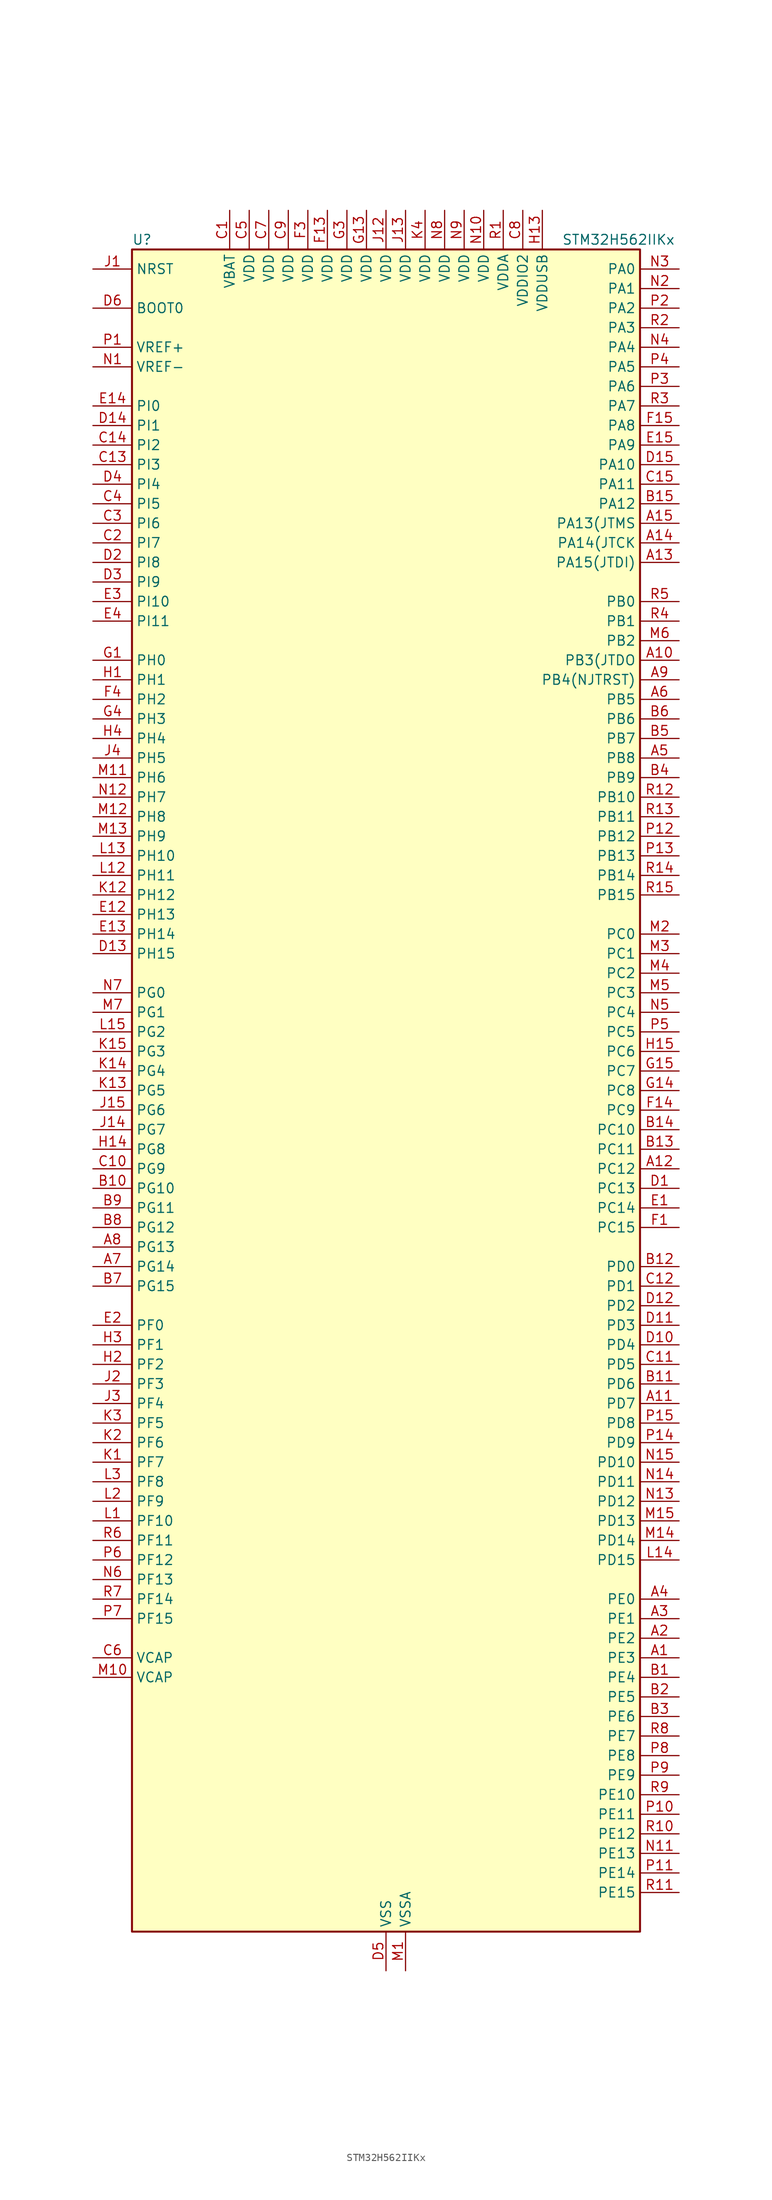
<source format=kicad_sym>
(kicad_symbol_lib
  (version 20231120)
  (generator "kicad_symbol_editor")
  (generator_version "8.0")
  (symbol "STM32H562IIKx"
    (property "Reference" "U"
      (at -33.02 110.49 0)
      (effects (font (size 1.27 1.27)) (justify left)))
    (property "Value" "STM32H562IIKx"
      (at 22.86 110.49 0)
      (effects (font (size 1.27 1.27)) (justify left)))
    (property "ki_locked" ""
      (at 0 0 0)
      (effects (font (size 1.27 1.27))))
    (symbol "STM32H562IIKx_0_1"
      (rectangle (start -33.02 -109.22) (end 33.02 109.22) (stroke (width 0.254) (type default)) (fill (type background))))
    (symbol "STM32H562IIKx_1_1"
      (pin bidirectional line (at 38.1 -73.66 180) (length 5.08) (name "PE3" (effects (font (size 1.27 1.27)))) (number "A1" (effects (font (size 1.27 1.27)))) (alternate "DEBUG_TRACED0" bidirectional line) (alternate "FMC_A19" bidirectional line) (alternate "SAI1_SD_B" bidirectional line) (alternate "TAMP_IN6" bidirectional line) (alternate "TAMP_OUT3" bidirectional line) (alternate "TIM15_BKIN" bidirectional line) (alternate "USART10_TX" bidirectional line))
      (pin bidirectional line (at 38.1 55.88 180) (length 5.08) (name "PB3(JTDO" (effects (font (size 1.27 1.27)))) (number "A10" (effects (font (size 1.27 1.27)))) (alternate "CRS_SYNC" bidirectional line) (alternate "DEBUG_JTDO-SWO" bidirectional line) (alternate "I2C2_SDA" bidirectional line) (alternate "I2S1_CK" bidirectional line) (alternate "I2S3_CK" bidirectional line) (alternate "LPTIM6_ETR" bidirectional line) (alternate "SPI1_SCK" bidirectional line) (alternate "SPI3_SCK" bidirectional line) (alternate "SPI6_SCK" bidirectional line) (alternate "TIM2_CH2" bidirectional line) (alternate "UART12_CTS" bidirectional line) (alternate "UART7_RX" bidirectional line))
      (pin bidirectional line (at 38.1 -40.64 180) (length 5.08) (name "PD7" (effects (font (size 1.27 1.27)))) (number "A11" (effects (font (size 1.27 1.27)))) (alternate "FMC_NCE" bidirectional line) (alternate "FMC_NE1" bidirectional line) (alternate "I2S1_SDO" bidirectional line) (alternate "LPTIM4_OUT" bidirectional line) (alternate "OCTOSPI1_IO7" bidirectional line) (alternate "SPI1_MOSI" bidirectional line) (alternate "USART2_CK" bidirectional line))
      (pin bidirectional line (at 38.1 -10.16 180) (length 5.08) (name "PC12" (effects (font (size 1.27 1.27)))) (number "A12" (effects (font (size 1.27 1.27)))) (alternate "DCMI_D9" bidirectional line) (alternate "DEBUG_TRACED3" bidirectional line) (alternate "I2S3_SDO" bidirectional line) (alternate "PSSI_D9" bidirectional line) (alternate "SDMMC1_CK" bidirectional line) (alternate "SPI3_MOSI" bidirectional line) (alternate "SPI6_SCK" bidirectional line) (alternate "TIM15_CH1" bidirectional line) (alternate "UART5_TX" bidirectional line) (alternate "USART3_CK" bidirectional line))
      (pin bidirectional line (at 38.1 68.58 180) (length 5.08) (name "PA15(JTDI)" (effects (font (size 1.27 1.27)))) (number "A13" (effects (font (size 1.27 1.27)))) (alternate "ADC1_EXTI15" bidirectional line) (alternate "ADC2_EXTI15" bidirectional line) (alternate "CEC" bidirectional line) (alternate "DCMI_D11" bidirectional line) (alternate "DEBUG_JTDI" bidirectional line) (alternate "FMC_NBL1" bidirectional line) (alternate "I2S1_WS" bidirectional line) (alternate "I2S3_WS" bidirectional line) (alternate "LPTIM3_IN2" bidirectional line) (alternate "PSSI_D11" bidirectional line) (alternate "SPI1_NSS" bidirectional line) (alternate "SPI3_NSS" bidirectional line) (alternate "SPI6_NSS" bidirectional line) (alternate "TIM2_CH1" bidirectional line) (alternate "TIM2_ETR" bidirectional line) (alternate "UART4_DE" bidirectional line) (alternate "UART4_RTS" bidirectional line) (alternate "UART7_TX" bidirectional line))
      (pin bidirectional line (at 38.1 71.12 180) (length 5.08) (name "PA14(JTCK" (effects (font (size 1.27 1.27)))) (number "A14" (effects (font (size 1.27 1.27)))) (alternate "DEBUG_JTCK-SWCLK" bidirectional line))
      (pin bidirectional line (at 38.1 73.66 180) (length 5.08) (name "PA13(JTMS" (effects (font (size 1.27 1.27)))) (number "A15" (effects (font (size 1.27 1.27)))) (alternate "DEBUG_JTMS-SWDIO" bidirectional line))
      (pin bidirectional line (at 38.1 -71.12 180) (length 5.08) (name "PE2" (effects (font (size 1.27 1.27)))) (number "A2" (effects (font (size 1.27 1.27)))) (alternate "DCMI_D3" bidirectional line) (alternate "DEBUG_TRACECLK" bidirectional line) (alternate "FMC_A23" bidirectional line) (alternate "LPTIM1_IN2" bidirectional line) (alternate "OCTOSPI1_IO2" bidirectional line) (alternate "PSSI_D3" bidirectional line) (alternate "SAI1_CK1" bidirectional line) (alternate "SAI1_MCLK_A" bidirectional line) (alternate "SPI4_SCK" bidirectional line) (alternate "UART8_TX" bidirectional line) (alternate "USART10_RX" bidirectional line))
      (pin bidirectional line (at 38.1 -68.58 180) (length 5.08) (name "PE1" (effects (font (size 1.27 1.27)))) (number "A3" (effects (font (size 1.27 1.27)))) (alternate "DCMI_D3" bidirectional line) (alternate "FDCAN1_TX" bidirectional line) (alternate "FMC_NBL1" bidirectional line) (alternate "LPTIM1_IN2" bidirectional line) (alternate "PSSI_D3" bidirectional line) (alternate "UART8_TX" bidirectional line))
      (pin bidirectional line (at 38.1 -66.04 180) (length 5.08) (name "PE0" (effects (font (size 1.27 1.27)))) (number "A4" (effects (font (size 1.27 1.27)))) (alternate "DCMI_D2" bidirectional line) (alternate "FDCAN1_RX" bidirectional line) (alternate "FMC_NBL0" bidirectional line) (alternate "LPTIM1_ETR" bidirectional line) (alternate "LPTIM2_CH2" bidirectional line) (alternate "LPTIM2_ETR" bidirectional line) (alternate "PSSI_D2" bidirectional line) (alternate "SAI2_MCLK_A" bidirectional line) (alternate "SPI3_RDY" bidirectional line) (alternate "TIM4_ETR" bidirectional line) (alternate "UART8_RX" bidirectional line))
      (pin bidirectional line (at 38.1 43.18 180) (length 5.08) (name "PB8" (effects (font (size 1.27 1.27)))) (number "A5" (effects (font (size 1.27 1.27)))) (alternate "DCMI_D6" bidirectional line) (alternate "FDCAN1_RX" bidirectional line) (alternate "I2C1_SCL" bidirectional line) (alternate "I2C4_SCL" bidirectional line) (alternate "I3C1_SCL" bidirectional line) (alternate "PSSI_D6" bidirectional line) (alternate "SDMMC1_CKIN" bidirectional line) (alternate "SDMMC1_D4" bidirectional line) (alternate "SPI4_RDY" bidirectional line) (alternate "TIM16_CH1" bidirectional line) (alternate "TIM4_CH3" bidirectional line) (alternate "UART4_RX" bidirectional line))
      (pin bidirectional line (at 38.1 50.8 180) (length 5.08) (name "PB5" (effects (font (size 1.27 1.27)))) (number "A6" (effects (font (size 1.27 1.27)))) (alternate "DCMI_D10" bidirectional line) (alternate "FMC_SDCKE1" bidirectional line) (alternate "I2C1_SMBA" bidirectional line) (alternate "I2C4_SMBA" bidirectional line) (alternate "I2S1_SDO" bidirectional line) (alternate "I2S3_SDO" bidirectional line) (alternate "OCTOSPI1_NCLK" bidirectional line) (alternate "PSSI_D10" bidirectional line) (alternate "SPI1_MOSI" bidirectional line) (alternate "SPI3_MOSI" bidirectional line) (alternate "SPI6_MOSI" bidirectional line) (alternate "TIM17_BKIN" bidirectional line) (alternate "TIM3_CH2" bidirectional line) (alternate "UART5_RX" bidirectional line))
      (pin bidirectional line (at -38.1 -22.86 0) (length 5.08) (name "PG14" (effects (font (size 1.27 1.27)))) (number "A7" (effects (font (size 1.27 1.27)))) (alternate "DEBUG_TRACED1" bidirectional line) (alternate "FMC_A25" bidirectional line) (alternate "LPTIM1_CH2" bidirectional line) (alternate "LPTIM1_ETR" bidirectional line) (alternate "LPTIM5_IN1" bidirectional line) (alternate "OCTOSPI1_IO7" bidirectional line) (alternate "SPI6_MOSI" bidirectional line) (alternate "USART10_RTS" bidirectional line) (alternate "USART6_TX" bidirectional line))
      (pin bidirectional line (at -38.1 -20.32 0) (length 5.08) (name "PG13" (effects (font (size 1.27 1.27)))) (number "A8" (effects (font (size 1.27 1.27)))) (alternate "DEBUG_TRACED0" bidirectional line) (alternate "FMC_A24" bidirectional line) (alternate "LPTIM1_CH1" bidirectional line) (alternate "LPTIM5_CH2" bidirectional line) (alternate "SPI6_SCK" bidirectional line) (alternate "USART10_CTS" bidirectional line) (alternate "USART10_NSS" bidirectional line) (alternate "USART6_CTS" bidirectional line) (alternate "USART6_NSS" bidirectional line))
      (pin bidirectional line (at 38.1 53.34 180) (length 5.08) (name "PB4(NJTRST)" (effects (font (size 1.27 1.27)))) (number "A9" (effects (font (size 1.27 1.27)))) (alternate "DCMI_D7" bidirectional line) (alternate "DEBUG_JTRST" bidirectional line) (alternate "I2S1_SDI" bidirectional line) (alternate "I2S2_WS" bidirectional line) (alternate "I2S3_SDI" bidirectional line) (alternate "LPTIM1_CH2" bidirectional line) (alternate "OCTOSPI1_CLK" bidirectional line) (alternate "PSSI_D7" bidirectional line) (alternate "SPI1_MISO" bidirectional line) (alternate "SPI2_NSS" bidirectional line) (alternate "SPI3_MISO" bidirectional line) (alternate "SPI6_MISO" bidirectional line) (alternate "TIM16_BKIN" bidirectional line) (alternate "TIM3_CH1" bidirectional line) (alternate "UART7_TX" bidirectional line))
      (pin bidirectional line (at 38.1 -76.2 180) (length 5.08) (name "PE4" (effects (font (size 1.27 1.27)))) (number "B1" (effects (font (size 1.27 1.27)))) (alternate "DCMI_D4" bidirectional line) (alternate "DEBUG_TRACED1" bidirectional line) (alternate "FMC_A20" bidirectional line) (alternate "PSSI_D4" bidirectional line) (alternate "SAI1_D2" bidirectional line) (alternate "SAI1_FS_A" bidirectional line) (alternate "SPI4_NSS" bidirectional line) (alternate "TAMP_IN7" bidirectional line) (alternate "TAMP_OUT8" bidirectional line) (alternate "TIM15_CH1N" bidirectional line))
      (pin bidirectional line (at -38.1 -12.7 0) (length 5.08) (name "PG10" (effects (font (size 1.27 1.27)))) (number "B10" (effects (font (size 1.27 1.27)))) (alternate "DCMI_D2" bidirectional line) (alternate "FMC_NE3" bidirectional line) (alternate "I2S1_WS" bidirectional line) (alternate "PSSI_D2" bidirectional line) (alternate "SAI2_SD_B" bidirectional line) (alternate "SPI1_NSS" bidirectional line))
      (pin bidirectional line (at 38.1 -38.1 180) (length 5.08) (name "PD6" (effects (font (size 1.27 1.27)))) (number "B11" (effects (font (size 1.27 1.27)))) (alternate "DCMI_D10" bidirectional line) (alternate "FMC_NWAIT" bidirectional line) (alternate "I2S3_SDO" bidirectional line) (alternate "OCTOSPI1_IO6" bidirectional line) (alternate "PSSI_D10" bidirectional line) (alternate "SAI1_D1" bidirectional line) (alternate "SAI1_SD_A" bidirectional line) (alternate "SPI3_MOSI" bidirectional line) (alternate "USART2_RX" bidirectional line))
      (pin bidirectional line (at 38.1 -22.86 180) (length 5.08) (name "PD0" (effects (font (size 1.27 1.27)))) (number "B12" (effects (font (size 1.27 1.27)))) (alternate "FDCAN1_RX" bidirectional line) (alternate "FMC_D2" bidirectional line) (alternate "FMC_DA2" bidirectional line) (alternate "TIM8_CH4N" bidirectional line) (alternate "UART4_RX" bidirectional line) (alternate "UART9_CTS" bidirectional line))
      (pin bidirectional line (at 38.1 -7.62 180) (length 5.08) (name "PC11" (effects (font (size 1.27 1.27)))) (number "B13" (effects (font (size 1.27 1.27)))) (alternate "ADC1_EXTI11" bidirectional line) (alternate "ADC2_EXTI11" bidirectional line) (alternate "DCMI_D4" bidirectional line) (alternate "I2S3_SDI" bidirectional line) (alternate "LPTIM3_IN1" bidirectional line) (alternate "OCTOSPI1_NCS" bidirectional line) (alternate "PSSI_D4" bidirectional line) (alternate "SDMMC1_D3" bidirectional line) (alternate "SPI3_MISO" bidirectional line) (alternate "UART4_RX" bidirectional line) (alternate "USART3_RX" bidirectional line))
      (pin bidirectional line (at 38.1 -5.08 180) (length 5.08) (name "PC10" (effects (font (size 1.27 1.27)))) (number "B14" (effects (font (size 1.27 1.27)))) (alternate "DCMI_D8" bidirectional line) (alternate "I2S3_CK" bidirectional line) (alternate "LPTIM3_ETR" bidirectional line) (alternate "OCTOSPI1_IO1" bidirectional line) (alternate "PSSI_D8" bidirectional line) (alternate "SDMMC1_D2" bidirectional line) (alternate "SPI3_SCK" bidirectional line) (alternate "UART4_TX" bidirectional line) (alternate "USART3_TX" bidirectional line))
      (pin bidirectional line (at 38.1 76.2 180) (length 5.08) (name "PA12" (effects (font (size 1.27 1.27)))) (number "B15" (effects (font (size 1.27 1.27)))) (alternate "FDCAN1_TX" bidirectional line) (alternate "I2S2_CK" bidirectional line) (alternate "LPUART1_RTS" bidirectional line) (alternate "SAI2_FS_B" bidirectional line) (alternate "SPI2_SCK" bidirectional line) (alternate "TIM1_ETR" bidirectional line) (alternate "UART4_TX" bidirectional line) (alternate "USART1_RTS" bidirectional line) (alternate "USB_DP" bidirectional line))
      (pin bidirectional line (at 38.1 -78.74 180) (length 5.08) (name "PE5" (effects (font (size 1.27 1.27)))) (number "B2" (effects (font (size 1.27 1.27)))) (alternate "DCMI_D6" bidirectional line) (alternate "DEBUG_TRACED2" bidirectional line) (alternate "FMC_A21" bidirectional line) (alternate "PSSI_D6" bidirectional line) (alternate "SAI1_CK2" bidirectional line) (alternate "SAI1_SCK_A" bidirectional line) (alternate "SPI4_MISO" bidirectional line) (alternate "TAMP_IN8" bidirectional line) (alternate "TAMP_OUT7" bidirectional line) (alternate "TIM15_CH1" bidirectional line))
      (pin bidirectional line (at 38.1 -81.28 180) (length 5.08) (name "PE6" (effects (font (size 1.27 1.27)))) (number "B3" (effects (font (size 1.27 1.27)))) (alternate "DCMI_D7" bidirectional line) (alternate "DEBUG_TRACED3" bidirectional line) (alternate "FMC_A22" bidirectional line) (alternate "PSSI_D7" bidirectional line) (alternate "SAI1_D1" bidirectional line) (alternate "SAI1_SD_A" bidirectional line) (alternate "SAI2_MCLK_B" bidirectional line) (alternate "SPI4_MOSI" bidirectional line) (alternate "TAMP_IN3" bidirectional line) (alternate "TAMP_OUT6" bidirectional line) (alternate "TIM15_CH2" bidirectional line) (alternate "TIM1_BKIN2" bidirectional line))
      (pin bidirectional line (at 38.1 40.64 180) (length 5.08) (name "PB9" (effects (font (size 1.27 1.27)))) (number "B4" (effects (font (size 1.27 1.27)))) (alternate "DAC1_EXTI9" bidirectional line) (alternate "DCMI_D7" bidirectional line) (alternate "FDCAN1_TX" bidirectional line) (alternate "I2C1_SDA" bidirectional line) (alternate "I2C4_SDA" bidirectional line) (alternate "I2S2_WS" bidirectional line) (alternate "I3C1_SDA" bidirectional line) (alternate "PSSI_D7" bidirectional line) (alternate "SDMMC1_CDIR" bidirectional line) (alternate "SDMMC1_D5" bidirectional line) (alternate "SPI2_NSS" bidirectional line) (alternate "TIM17_CH1" bidirectional line) (alternate "TIM4_CH4" bidirectional line) (alternate "UART4_TX" bidirectional line))
      (pin bidirectional line (at 38.1 45.72 180) (length 5.08) (name "PB7" (effects (font (size 1.27 1.27)))) (number "B5" (effects (font (size 1.27 1.27)))) (alternate "DCMI_VSYNC" bidirectional line) (alternate "FDCAN1_TX" bidirectional line) (alternate "FMC_NL" bidirectional line) (alternate "I2C1_SDA" bidirectional line) (alternate "I2C4_SDA" bidirectional line) (alternate "I3C1_SDA" bidirectional line) (alternate "LPUART1_RX" bidirectional line) (alternate "PSSI_RDY" bidirectional line) (alternate "PWR_WKUP5" bidirectional line) (alternate "TIM17_CH1N" bidirectional line) (alternate "TIM4_CH2" bidirectional line) (alternate "USART1_RX" bidirectional line))
      (pin bidirectional line (at 38.1 48.26 180) (length 5.08) (name "PB6" (effects (font (size 1.27 1.27)))) (number "B6" (effects (font (size 1.27 1.27)))) (alternate "CEC" bidirectional line) (alternate "DCMI_D5" bidirectional line) (alternate "FMC_SDNE1" bidirectional line) (alternate "I2C1_SCL" bidirectional line) (alternate "I2C4_SCL" bidirectional line) (alternate "I3C1_SCL" bidirectional line) (alternate "LPUART1_TX" bidirectional line) (alternate "OCTOSPI1_NCS" bidirectional line) (alternate "PSSI_D5" bidirectional line) (alternate "TIM16_CH1N" bidirectional line) (alternate "TIM4_CH1" bidirectional line) (alternate "UART5_TX" bidirectional line) (alternate "USART1_TX" bidirectional line))
      (pin bidirectional line (at -38.1 -25.4 0) (length 5.08) (name "PG15" (effects (font (size 1.27 1.27)))) (number "B7" (effects (font (size 1.27 1.27)))) (alternate "ADC1_EXTI15" bidirectional line) (alternate "ADC2_EXTI15" bidirectional line) (alternate "DCMI_D13" bidirectional line) (alternate "FMC_SDNCAS" bidirectional line) (alternate "PSSI_D13" bidirectional line) (alternate "SPI4_RDY" bidirectional line) (alternate "USART10_CK" bidirectional line) (alternate "USART6_CTS" bidirectional line) (alternate "USART6_NSS" bidirectional line))
      (pin bidirectional line (at -38.1 -17.78 0) (length 5.08) (name "PG12" (effects (font (size 1.27 1.27)))) (number "B8" (effects (font (size 1.27 1.27)))) (alternate "DCMI_D11" bidirectional line) (alternate "FMC_NE4" bidirectional line) (alternate "LPTIM1_IN1" bidirectional line) (alternate "LPTIM5_CH1" bidirectional line) (alternate "PSSI_D11" bidirectional line) (alternate "PSSI_D15" bidirectional line) (alternate "SPI6_MISO" bidirectional line) (alternate "USART10_TX" bidirectional line) (alternate "USART6_RTS" bidirectional line))
      (pin bidirectional line (at -38.1 -15.24 0) (length 5.08) (name "PG11" (effects (font (size 1.27 1.27)))) (number "B9" (effects (font (size 1.27 1.27)))) (alternate "ADC1_EXTI11" bidirectional line) (alternate "ADC2_EXTI11" bidirectional line) (alternate "DCMI_D3" bidirectional line) (alternate "I2S1_CK" bidirectional line) (alternate "LPTIM1_IN2" bidirectional line) (alternate "PSSI_D3" bidirectional line) (alternate "SPI1_SCK" bidirectional line) (alternate "USART10_RX" bidirectional line) (alternate "USART11_RTS" bidirectional line))
      (pin power_in line (at -20.32 114.3 270) (length 5.08) (name "VBAT" (effects (font (size 1.27 1.27)))) (number "C1" (effects (font (size 1.27 1.27)))))
      (pin bidirectional line (at -38.1 -10.16 0) (length 5.08) (name "PG9" (effects (font (size 1.27 1.27)))) (number "C10" (effects (font (size 1.27 1.27)))) (alternate "DAC1_EXTI9" bidirectional line) (alternate "DCMI_VSYNC" bidirectional line) (alternate "FMC_NCE" bidirectional line) (alternate "FMC_NE2" bidirectional line) (alternate "I2S1_SDI" bidirectional line) (alternate "OCTOSPI1_IO6" bidirectional line) (alternate "PSSI_RDY" bidirectional line) (alternate "SAI2_FS_B" bidirectional line) (alternate "SPI1_MISO" bidirectional line) (alternate "USART6_RX" bidirectional line))
      (pin bidirectional line (at 38.1 -35.56 180) (length 5.08) (name "PD5" (effects (font (size 1.27 1.27)))) (number "C11" (effects (font (size 1.27 1.27)))) (alternate "FDCAN1_TX" bidirectional line) (alternate "FMC_NWE" bidirectional line) (alternate "OCTOSPI1_IO5" bidirectional line) (alternate "SPI2_RDY" bidirectional line) (alternate "TIM1_CH4N" bidirectional line) (alternate "USART2_TX" bidirectional line))
      (pin bidirectional line (at 38.1 -25.4 180) (length 5.08) (name "PD1" (effects (font (size 1.27 1.27)))) (number "C12" (effects (font (size 1.27 1.27)))) (alternate "FDCAN1_TX" bidirectional line) (alternate "FMC_D3" bidirectional line) (alternate "FMC_DA3" bidirectional line) (alternate "UART4_TX" bidirectional line))
      (pin bidirectional line (at -38.1 81.28 0) (length 5.08) (name "PI3" (effects (font (size 1.27 1.27)))) (number "C13" (effects (font (size 1.27 1.27)))) (alternate "DCMI_D10" bidirectional line) (alternate "I2S2_SDO" bidirectional line) (alternate "PSSI_D10" bidirectional line) (alternate "SPI2_MOSI" bidirectional line) (alternate "TIM8_ETR" bidirectional line))
      (pin bidirectional line (at -38.1 83.82 0) (length 5.08) (name "PI2" (effects (font (size 1.27 1.27)))) (number "C14" (effects (font (size 1.27 1.27)))) (alternate "DCMI_D9" bidirectional line) (alternate "I2S2_SDI" bidirectional line) (alternate "PSSI_D9" bidirectional line) (alternate "SPI2_MISO" bidirectional line) (alternate "TIM8_CH4" bidirectional line))
      (pin bidirectional line (at 38.1 78.74 180) (length 5.08) (name "PA11" (effects (font (size 1.27 1.27)))) (number "C15" (effects (font (size 1.27 1.27)))) (alternate "ADC1_EXTI11" bidirectional line) (alternate "ADC2_EXTI11" bidirectional line) (alternate "FDCAN1_RX" bidirectional line) (alternate "I2S2_WS" bidirectional line) (alternate "LPUART1_CTS" bidirectional line) (alternate "SPI2_NSS" bidirectional line) (alternate "TIM1_CH4" bidirectional line) (alternate "UART4_RX" bidirectional line) (alternate "USART1_CTS" bidirectional line) (alternate "USART1_NSS" bidirectional line) (alternate "USB_DM" bidirectional line))
      (pin bidirectional line (at -38.1 71.12 0) (length 5.08) (name "PI7" (effects (font (size 1.27 1.27)))) (number "C2" (effects (font (size 1.27 1.27)))) (alternate "DCMI_D7" bidirectional line) (alternate "PSSI_D7" bidirectional line) (alternate "SAI2_FS_A" bidirectional line) (alternate "TIM8_CH3" bidirectional line))
      (pin bidirectional line (at -38.1 73.66 0) (length 5.08) (name "PI6" (effects (font (size 1.27 1.27)))) (number "C3" (effects (font (size 1.27 1.27)))) (alternate "DCMI_D6" bidirectional line) (alternate "PSSI_D6" bidirectional line) (alternate "SAI2_SD_A" bidirectional line) (alternate "TIM8_CH2" bidirectional line))
      (pin bidirectional line (at -38.1 76.2 0) (length 5.08) (name "PI5" (effects (font (size 1.27 1.27)))) (number "C4" (effects (font (size 1.27 1.27)))) (alternate "DCMI_VSYNC" bidirectional line) (alternate "PSSI_RDY" bidirectional line) (alternate "SAI2_SCK_A" bidirectional line) (alternate "TIM8_CH1" bidirectional line))
      (pin power_in line (at -17.78 114.3 270) (length 5.08) (name "VDD" (effects (font (size 1.27 1.27)))) (number "C5" (effects (font (size 1.27 1.27)))))
      (pin power_out line (at -38.1 -73.66 0) (length 5.08) (name "VCAP" (effects (font (size 1.27 1.27)))) (number "C6" (effects (font (size 1.27 1.27)))))
      (pin power_in line (at -15.24 114.3 270) (length 5.08) (name "VDD" (effects (font (size 1.27 1.27)))) (number "C7" (effects (font (size 1.27 1.27)))))
      (pin power_in line (at 17.78 114.3 270) (length 5.08) (name "VDDIO2" (effects (font (size 1.27 1.27)))) (number "C8" (effects (font (size 1.27 1.27)))))
      (pin power_in line (at -12.7 114.3 270) (length 5.08) (name "VDD" (effects (font (size 1.27 1.27)))) (number "C9" (effects (font (size 1.27 1.27)))))
      (pin bidirectional line (at 38.1 -12.7 180) (length 5.08) (name "PC13" (effects (font (size 1.27 1.27)))) (number "D1" (effects (font (size 1.27 1.27)))) (alternate "PWR_WKUP4" bidirectional line) (alternate "RTC_OUT1" bidirectional line) (alternate "RTC_TS" bidirectional line) (alternate "TAMP_IN1" bidirectional line) (alternate "TAMP_OUT2" bidirectional line) (alternate "TAMP_OUT3" bidirectional line))
      (pin bidirectional line (at 38.1 -33.02 180) (length 5.08) (name "PD4" (effects (font (size 1.27 1.27)))) (number "D10" (effects (font (size 1.27 1.27)))) (alternate "FMC_NOE" bidirectional line) (alternate "OCTOSPI1_IO4" bidirectional line) (alternate "USART2_RTS" bidirectional line))
      (pin bidirectional line (at 38.1 -30.48 180) (length 5.08) (name "PD3" (effects (font (size 1.27 1.27)))) (number "D11" (effects (font (size 1.27 1.27)))) (alternate "DCMI_D5" bidirectional line) (alternate "FMC_CLK" bidirectional line) (alternate "I2S2_CK" bidirectional line) (alternate "PSSI_D5" bidirectional line) (alternate "PWR_WKUP8" bidirectional line) (alternate "SPI2_SCK" bidirectional line) (alternate "USART2_CTS" bidirectional line) (alternate "USART2_NSS" bidirectional line))
      (pin bidirectional line (at 38.1 -27.94 180) (length 5.08) (name "PD2" (effects (font (size 1.27 1.27)))) (number "D12" (effects (font (size 1.27 1.27)))) (alternate "DCMI_D11" bidirectional line) (alternate "DEBUG_TRACED2" bidirectional line) (alternate "LPTIM4_ETR" bidirectional line) (alternate "PSSI_D11" bidirectional line) (alternate "PWR_WKUP7" bidirectional line) (alternate "SDMMC1_CMD" bidirectional line) (alternate "TIM15_BKIN" bidirectional line) (alternate "TIM3_ETR" bidirectional line) (alternate "UART5_RX" bidirectional line))
      (pin bidirectional line (at -38.1 17.78 0) (length 5.08) (name "PH15" (effects (font (size 1.27 1.27)))) (number "D13" (effects (font (size 1.27 1.27)))) (alternate "ADC1_EXTI15" bidirectional line) (alternate "ADC2_EXTI15" bidirectional line) (alternate "DCMI_D11" bidirectional line) (alternate "PSSI_D11" bidirectional line) (alternate "TIM8_CH3N" bidirectional line))
      (pin bidirectional line (at -38.1 86.36 0) (length 5.08) (name "PI1" (effects (font (size 1.27 1.27)))) (number "D14" (effects (font (size 1.27 1.27)))) (alternate "DCMI_D8" bidirectional line) (alternate "I2S2_CK" bidirectional line) (alternate "PSSI_D8" bidirectional line) (alternate "SPI2_SCK" bidirectional line) (alternate "TIM8_BKIN2" bidirectional line))
      (pin bidirectional line (at 38.1 81.28 180) (length 5.08) (name "PA10" (effects (font (size 1.27 1.27)))) (number "D15" (effects (font (size 1.27 1.27)))) (alternate "DCMI_D1" bidirectional line) (alternate "LPTIM2_IN2" bidirectional line) (alternate "LPUART1_RX" bidirectional line) (alternate "PSSI_D1" bidirectional line) (alternate "SDMMC1_D0" bidirectional line) (alternate "TIM1_CH3" bidirectional line) (alternate "UCPD1_FRSTX" bidirectional line) (alternate "USART1_RX" bidirectional line))
      (pin bidirectional line (at -38.1 68.58 0) (length 5.08) (name "PI8" (effects (font (size 1.27 1.27)))) (number "D2" (effects (font (size 1.27 1.27)))) (alternate "PWR_WKUP3" bidirectional line) (alternate "RTC_OUT2" bidirectional line) (alternate "TAMP_IN2" bidirectional line) (alternate "TAMP_OUT3" bidirectional line))
      (pin bidirectional line (at -38.1 66.04 0) (length 5.08) (name "PI9" (effects (font (size 1.27 1.27)))) (number "D3" (effects (font (size 1.27 1.27)))) (alternate "DAC1_EXTI9" bidirectional line) (alternate "FDCAN1_RX" bidirectional line) (alternate "UART4_RX" bidirectional line))
      (pin bidirectional line (at -38.1 78.74 0) (length 5.08) (name "PI4" (effects (font (size 1.27 1.27)))) (number "D4" (effects (font (size 1.27 1.27)))) (alternate "DCMI_D5" bidirectional line) (alternate "PSSI_D5" bidirectional line) (alternate "SAI2_MCLK_A" bidirectional line) (alternate "SPI2_RDY" bidirectional line) (alternate "TIM8_BKIN" bidirectional line))
      (pin power_in line (at 0 -114.3 90) (length 5.08) (name "VSS" (effects (font (size 1.27 1.27)))) (number "D5" (effects (font (size 1.27 1.27)))))
      (pin input line (at -38.1 101.6 0) (length 5.08) (name "BOOT0" (effects (font (size 1.27 1.27)))) (number "D6" (effects (font (size 1.27 1.27)))))
      (pin passive line (at 0 -114.3 90) (length 5.08) hide (name "VSS" (effects (font (size 1.27 1.27)))) (number "D7" (effects (font (size 1.27 1.27)))))
      (pin passive line (at 0 -114.3 90) (length 5.08) hide (name "VSS" (effects (font (size 1.27 1.27)))) (number "D8" (effects (font (size 1.27 1.27)))))
      (pin passive line (at 0 -114.3 90) (length 5.08) hide (name "VSS" (effects (font (size 1.27 1.27)))) (number "D9" (effects (font (size 1.27 1.27)))))
      (pin bidirectional line (at 38.1 -15.24 180) (length 5.08) (name "PC14" (effects (font (size 1.27 1.27)))) (number "E1" (effects (font (size 1.27 1.27)))) (alternate "RCC_OSC32_IN" bidirectional line))
      (pin bidirectional line (at -38.1 22.86 0) (length 5.08) (name "PH13" (effects (font (size 1.27 1.27)))) (number "E12" (effects (font (size 1.27 1.27)))) (alternate "DCMI_D3" bidirectional line) (alternate "FDCAN1_TX" bidirectional line) (alternate "LPTIM1_IN2" bidirectional line) (alternate "PSSI_D3" bidirectional line) (alternate "TIM8_CH1N" bidirectional line) (alternate "UART4_TX" bidirectional line) (alternate "UART8_TX" bidirectional line))
      (pin bidirectional line (at -38.1 20.32 0) (length 5.08) (name "PH14" (effects (font (size 1.27 1.27)))) (number "E13" (effects (font (size 1.27 1.27)))) (alternate "DCMI_D4" bidirectional line) (alternate "FDCAN1_RX" bidirectional line) (alternate "PSSI_D4" bidirectional line) (alternate "TIM8_CH2N" bidirectional line) (alternate "UART4_RX" bidirectional line))
      (pin bidirectional line (at -38.1 88.9 0) (length 5.08) (name "PI0" (effects (font (size 1.27 1.27)))) (number "E14" (effects (font (size 1.27 1.27)))) (alternate "DCMI_D13" bidirectional line) (alternate "I2S2_WS" bidirectional line) (alternate "PSSI_D13" bidirectional line) (alternate "SPI2_NSS" bidirectional line) (alternate "TIM5_CH4" bidirectional line))
      (pin bidirectional line (at 38.1 83.82 180) (length 5.08) (name "PA9" (effects (font (size 1.27 1.27)))) (number "E15" (effects (font (size 1.27 1.27)))) (alternate "DAC1_EXTI9" bidirectional line) (alternate "DCMI_D0" bidirectional line) (alternate "FMC_NWE" bidirectional line) (alternate "I2C3_SMBA" bidirectional line) (alternate "I2S2_CK" bidirectional line) (alternate "LPUART1_TX" bidirectional line) (alternate "PSSI_D0" bidirectional line) (alternate "SPI2_SCK" bidirectional line) (alternate "TIM1_CH2" bidirectional line) (alternate "UCPD1_DB1" bidirectional line) (alternate "USART1_TX" bidirectional line))
      (pin bidirectional line (at -38.1 -30.48 0) (length 5.08) (name "PF0" (effects (font (size 1.27 1.27)))) (number "E2" (effects (font (size 1.27 1.27)))) (alternate "FMC_A0" bidirectional line) (alternate "I2C2_SDA" bidirectional line) (alternate "LPTIM5_CH1" bidirectional line))
      (pin bidirectional line (at -38.1 63.5 0) (length 5.08) (name "PI10" (effects (font (size 1.27 1.27)))) (number "E3" (effects (font (size 1.27 1.27)))) (alternate "FDCAN1_RX" bidirectional line) (alternate "PSSI_D14" bidirectional line))
      (pin bidirectional line (at -38.1 60.96 0) (length 5.08) (name "PI11" (effects (font (size 1.27 1.27)))) (number "E4" (effects (font (size 1.27 1.27)))) (alternate "ADC1_EXTI11" bidirectional line) (alternate "ADC2_EXTI11" bidirectional line) (alternate "PSSI_D15" bidirectional line) (alternate "TAMP_IN4" bidirectional line) (alternate "TAMP_OUT5" bidirectional line))
      (pin bidirectional line (at 38.1 -17.78 180) (length 5.08) (name "PC15" (effects (font (size 1.27 1.27)))) (number "F1" (effects (font (size 1.27 1.27)))) (alternate "ADC1_EXTI15" bidirectional line) (alternate "ADC2_EXTI15" bidirectional line) (alternate "RCC_OSC32_OUT" bidirectional line))
      (pin passive line (at 0 -114.3 90) (length 5.08) hide (name "VSS" (effects (font (size 1.27 1.27)))) (number "F10" (effects (font (size 1.27 1.27)))))
      (pin passive line (at 0 -114.3 90) (length 5.08) hide (name "VSS" (effects (font (size 1.27 1.27)))) (number "F12" (effects (font (size 1.27 1.27)))))
      (pin power_in line (at -7.62 114.3 270) (length 5.08) (name "VDD" (effects (font (size 1.27 1.27)))) (number "F13" (effects (font (size 1.27 1.27)))))
      (pin bidirectional line (at 38.1 -2.54 180) (length 5.08) (name "PC9" (effects (font (size 1.27 1.27)))) (number "F14" (effects (font (size 1.27 1.27)))) (alternate "AUDIOCLK" bidirectional line) (alternate "DAC1_EXTI9" bidirectional line) (alternate "DCMI_D3" bidirectional line) (alternate "FMC_CLE" bidirectional line) (alternate "I2C3_SDA" bidirectional line) (alternate "OCTOSPI1_IO0" bidirectional line) (alternate "PSSI_D3" bidirectional line) (alternate "RCC_MCO_2" bidirectional line) (alternate "SDMMC1_D1" bidirectional line) (alternate "TIM3_CH4" bidirectional line) (alternate "TIM8_CH4" bidirectional line) (alternate "UART5_CTS" bidirectional line) (alternate "UCPD1_DB2" bidirectional line))
      (pin bidirectional line (at 38.1 86.36 180) (length 5.08) (name "PA8" (effects (font (size 1.27 1.27)))) (number "F15" (effects (font (size 1.27 1.27)))) (alternate "DCMI_D3" bidirectional line) (alternate "FMC_NOE" bidirectional line) (alternate "I2C3_SCL" bidirectional line) (alternate "PSSI_D3" bidirectional line) (alternate "RCC_MCO_1" bidirectional line) (alternate "SPI1_RDY" bidirectional line) (alternate "TIM1_CH1" bidirectional line) (alternate "TIM8_BKIN2" bidirectional line) (alternate "UART7_RX" bidirectional line) (alternate "USART1_CK" bidirectional line) (alternate "USB_SOF" bidirectional line))
      (pin passive line (at 0 -114.3 90) (length 5.08) hide (name "VSS" (effects (font (size 1.27 1.27)))) (number "F2" (effects (font (size 1.27 1.27)))))
      (pin power_in line (at -10.16 114.3 270) (length 5.08) (name "VDD" (effects (font (size 1.27 1.27)))) (number "F3" (effects (font (size 1.27 1.27)))))
      (pin bidirectional line (at -38.1 50.8 0) (length 5.08) (name "PH2" (effects (font (size 1.27 1.27)))) (number "F4" (effects (font (size 1.27 1.27)))) (alternate "FMC_SDCKE0" bidirectional line) (alternate "LPTIM1_IN2" bidirectional line) (alternate "OCTOSPI1_IO4" bidirectional line) (alternate "SAI2_SCK_B" bidirectional line))
      (pin passive line (at 0 -114.3 90) (length 5.08) hide (name "VSS" (effects (font (size 1.27 1.27)))) (number "F6" (effects (font (size 1.27 1.27)))))
      (pin passive line (at 0 -114.3 90) (length 5.08) hide (name "VSS" (effects (font (size 1.27 1.27)))) (number "F7" (effects (font (size 1.27 1.27)))))
      (pin passive line (at 0 -114.3 90) (length 5.08) hide (name "VSS" (effects (font (size 1.27 1.27)))) (number "F8" (effects (font (size 1.27 1.27)))))
      (pin passive line (at 0 -114.3 90) (length 5.08) hide (name "VSS" (effects (font (size 1.27 1.27)))) (number "F9" (effects (font (size 1.27 1.27)))))
      (pin bidirectional line (at -38.1 55.88 0) (length 5.08) (name "PH0" (effects (font (size 1.27 1.27)))) (number "G1" (effects (font (size 1.27 1.27)))) (alternate "RCC_OSC_IN" bidirectional line))
      (pin passive line (at 0 -114.3 90) (length 5.08) hide (name "VSS" (effects (font (size 1.27 1.27)))) (number "G10" (effects (font (size 1.27 1.27)))))
      (pin passive line (at 0 -114.3 90) (length 5.08) hide (name "VSS" (effects (font (size 1.27 1.27)))) (number "G12" (effects (font (size 1.27 1.27)))))
      (pin power_in line (at -2.54 114.3 270) (length 5.08) (name "VDD" (effects (font (size 1.27 1.27)))) (number "G13" (effects (font (size 1.27 1.27)))))
      (pin bidirectional line (at 38.1 0 180) (length 5.08) (name "PC8" (effects (font (size 1.27 1.27)))) (number "G14" (effects (font (size 1.27 1.27)))) (alternate "DCMI_D2" bidirectional line) (alternate "DEBUG_TRACED1" bidirectional line) (alternate "FMC_ALE" bidirectional line) (alternate "FMC_INT" bidirectional line) (alternate "FMC_NCE" bidirectional line) (alternate "FMC_NE2" bidirectional line) (alternate "PSSI_D2" bidirectional line) (alternate "SDMMC1_D0" bidirectional line) (alternate "TIM3_CH3" bidirectional line) (alternate "TIM8_CH3" bidirectional line) (alternate "UART5_DE" bidirectional line) (alternate "UART5_RTS" bidirectional line) (alternate "USART6_CK" bidirectional line))
      (pin bidirectional line (at 38.1 2.54 180) (length 5.08) (name "PC7" (effects (font (size 1.27 1.27)))) (number "G15" (effects (font (size 1.27 1.27)))) (alternate "DCMI_D1" bidirectional line) (alternate "DEBUG_TRGIO" bidirectional line) (alternate "FMC_NE1" bidirectional line) (alternate "I2S3_MCK" bidirectional line) (alternate "OCTOSPI1_IO6" bidirectional line) (alternate "PSSI_D1" bidirectional line) (alternate "SDMMC1_D123DIR" bidirectional line) (alternate "SDMMC1_D7" bidirectional line) (alternate "TIM3_CH2" bidirectional line) (alternate "TIM8_CH2" bidirectional line) (alternate "USART6_RX" bidirectional line))
      (pin passive line (at 0 -114.3 90) (length 5.08) hide (name "VSS" (effects (font (size 1.27 1.27)))) (number "G2" (effects (font (size 1.27 1.27)))))
      (pin power_in line (at -5.08 114.3 270) (length 5.08) (name "VDD" (effects (font (size 1.27 1.27)))) (number "G3" (effects (font (size 1.27 1.27)))))
      (pin bidirectional line (at -38.1 48.26 0) (length 5.08) (name "PH3" (effects (font (size 1.27 1.27)))) (number "G4" (effects (font (size 1.27 1.27)))) (alternate "FMC_SDNE0" bidirectional line) (alternate "OCTOSPI1_IO5" bidirectional line) (alternate "SAI2_MCLK_B" bidirectional line))
      (pin passive line (at 0 -114.3 90) (length 5.08) hide (name "VSS" (effects (font (size 1.27 1.27)))) (number "G6" (effects (font (size 1.27 1.27)))))
      (pin passive line (at 0 -114.3 90) (length 5.08) hide (name "VSS" (effects (font (size 1.27 1.27)))) (number "G7" (effects (font (size 1.27 1.27)))))
      (pin passive line (at 0 -114.3 90) (length 5.08) hide (name "VSS" (effects (font (size 1.27 1.27)))) (number "G8" (effects (font (size 1.27 1.27)))))
      (pin passive line (at 0 -114.3 90) (length 5.08) hide (name "VSS" (effects (font (size 1.27 1.27)))) (number "G9" (effects (font (size 1.27 1.27)))))
      (pin bidirectional line (at -38.1 53.34 0) (length 5.08) (name "PH1" (effects (font (size 1.27 1.27)))) (number "H1" (effects (font (size 1.27 1.27)))) (alternate "RCC_OSC_OUT" bidirectional line))
      (pin passive line (at 0 -114.3 90) (length 5.08) hide (name "VSS" (effects (font (size 1.27 1.27)))) (number "H10" (effects (font (size 1.27 1.27)))))
      (pin passive line (at 0 -114.3 90) (length 5.08) hide (name "VSS" (effects (font (size 1.27 1.27)))) (number "H12" (effects (font (size 1.27 1.27)))))
      (pin power_in line (at 20.32 114.3 270) (length 5.08) (name "VDDUSB" (effects (font (size 1.27 1.27)))) (number "H13" (effects (font (size 1.27 1.27)))))
      (pin bidirectional line (at -38.1 -7.62 0) (length 5.08) (name "PG8" (effects (font (size 1.27 1.27)))) (number "H14" (effects (font (size 1.27 1.27)))) (alternate "FMC_SDCLK" bidirectional line) (alternate "SPI6_NSS" bidirectional line) (alternate "TIM8_ETR" bidirectional line) (alternate "USART6_RTS" bidirectional line))
      (pin bidirectional line (at 38.1 5.08 180) (length 5.08) (name "PC6" (effects (font (size 1.27 1.27)))) (number "H15" (effects (font (size 1.27 1.27)))) (alternate "DCMI_D0" bidirectional line) (alternate "FMC_NWAIT" bidirectional line) (alternate "I2S2_MCK" bidirectional line) (alternate "OCTOSPI1_IO5" bidirectional line) (alternate "PSSI_D0" bidirectional line) (alternate "SAI1_SCK_A" bidirectional line) (alternate "SDMMC1_D0DIR" bidirectional line) (alternate "SDMMC1_D6" bidirectional line) (alternate "TIM3_CH1" bidirectional line) (alternate "TIM8_CH1" bidirectional line) (alternate "USART6_TX" bidirectional line))
      (pin bidirectional line (at -38.1 -35.56 0) (length 5.08) (name "PF2" (effects (font (size 1.27 1.27)))) (number "H2" (effects (font (size 1.27 1.27)))) (alternate "FMC_A2" bidirectional line) (alternate "I2C2_SMBA" bidirectional line) (alternate "LPTIM3_CH2" bidirectional line) (alternate "LPTIM3_IN2" bidirectional line) (alternate "LPTIM5_IN1" bidirectional line) (alternate "UART12_TX" bidirectional line) (alternate "USART11_CK" bidirectional line))
      (pin bidirectional line (at -38.1 -33.02 0) (length 5.08) (name "PF1" (effects (font (size 1.27 1.27)))) (number "H3" (effects (font (size 1.27 1.27)))) (alternate "FMC_A1" bidirectional line) (alternate "I2C2_SCL" bidirectional line) (alternate "LPTIM5_CH2" bidirectional line))
      (pin bidirectional line (at -38.1 45.72 0) (length 5.08) (name "PH4" (effects (font (size 1.27 1.27)))) (number "H4" (effects (font (size 1.27 1.27)))) (alternate "I2C2_SCL" bidirectional line) (alternate "PSSI_D14" bidirectional line) (alternate "SPI5_RDY" bidirectional line) (alternate "SPI6_RDY" bidirectional line))
      (pin passive line (at 0 -114.3 90) (length 5.08) hide (name "VSS" (effects (font (size 1.27 1.27)))) (number "H6" (effects (font (size 1.27 1.27)))))
      (pin passive line (at 0 -114.3 90) (length 5.08) hide (name "VSS" (effects (font (size 1.27 1.27)))) (number "H7" (effects (font (size 1.27 1.27)))))
      (pin passive line (at 0 -114.3 90) (length 5.08) hide (name "VSS" (effects (font (size 1.27 1.27)))) (number "H8" (effects (font (size 1.27 1.27)))))
      (pin passive line (at 0 -114.3 90) (length 5.08) hide (name "VSS" (effects (font (size 1.27 1.27)))) (number "H9" (effects (font (size 1.27 1.27)))))
      (pin input line (at -38.1 106.68 0) (length 5.08) (name "NRST" (effects (font (size 1.27 1.27)))) (number "J1" (effects (font (size 1.27 1.27)))))
      (pin passive line (at 0 -114.3 90) (length 5.08) hide (name "VSS" (effects (font (size 1.27 1.27)))) (number "J10" (effects (font (size 1.27 1.27)))))
      (pin power_in line (at 0 114.3 270) (length 5.08) (name "VDD" (effects (font (size 1.27 1.27)))) (number "J12" (effects (font (size 1.27 1.27)))))
      (pin power_in line (at 2.54 114.3 270) (length 5.08) (name "VDD" (effects (font (size 1.27 1.27)))) (number "J13" (effects (font (size 1.27 1.27)))))
      (pin bidirectional line (at -38.1 -5.08 0) (length 5.08) (name "PG7" (effects (font (size 1.27 1.27)))) (number "J14" (effects (font (size 1.27 1.27)))) (alternate "DCMI_D13" bidirectional line) (alternate "FMC_INT" bidirectional line) (alternate "I2C4_SCL" bidirectional line) (alternate "I3C1_SCL" bidirectional line) (alternate "PSSI_D13" bidirectional line) (alternate "SAI1_CK2" bidirectional line) (alternate "SAI1_MCLK_A" bidirectional line) (alternate "UCPD1_FRSTX" bidirectional line) (alternate "USART6_CK" bidirectional line))
      (pin bidirectional line (at -38.1 -2.54 0) (length 5.08) (name "PG6" (effects (font (size 1.27 1.27)))) (number "J15" (effects (font (size 1.27 1.27)))) (alternate "DCMI_D12" bidirectional line) (alternate "FMC_NE3" bidirectional line) (alternate "I2C4_SDA" bidirectional line) (alternate "I3C1_SDA" bidirectional line) (alternate "OCTOSPI1_NCS" bidirectional line) (alternate "PSSI_D12" bidirectional line) (alternate "SPI1_RDY" bidirectional line) (alternate "TIM17_BKIN" bidirectional line) (alternate "UCPD1_FRSTX" bidirectional line))
      (pin bidirectional line (at -38.1 -38.1 0) (length 5.08) (name "PF3" (effects (font (size 1.27 1.27)))) (number "J2" (effects (font (size 1.27 1.27)))) (alternate "FMC_A3" bidirectional line) (alternate "LPTIM3_IN1" bidirectional line) (alternate "LPTIM5_IN2" bidirectional line) (alternate "USART11_TX" bidirectional line))
      (pin bidirectional line (at -38.1 -40.64 0) (length 5.08) (name "PF4" (effects (font (size 1.27 1.27)))) (number "J3" (effects (font (size 1.27 1.27)))) (alternate "FMC_A4" bidirectional line) (alternate "LPTIM3_ETR" bidirectional line) (alternate "USART11_RX" bidirectional line))
      (pin bidirectional line (at -38.1 43.18 0) (length 5.08) (name "PH5" (effects (font (size 1.27 1.27)))) (number "J4" (effects (font (size 1.27 1.27)))) (alternate "FMC_SDNWE" bidirectional line) (alternate "I2C2_SDA" bidirectional line) (alternate "SPI5_NSS" bidirectional line) (alternate "SPI6_RDY" bidirectional line))
      (pin passive line (at 0 -114.3 90) (length 5.08) hide (name "VSS" (effects (font (size 1.27 1.27)))) (number "J6" (effects (font (size 1.27 1.27)))))
      (pin passive line (at 0 -114.3 90) (length 5.08) hide (name "VSS" (effects (font (size 1.27 1.27)))) (number "J7" (effects (font (size 1.27 1.27)))))
      (pin passive line (at 0 -114.3 90) (length 5.08) hide (name "VSS" (effects (font (size 1.27 1.27)))) (number "J8" (effects (font (size 1.27 1.27)))))
      (pin passive line (at 0 -114.3 90) (length 5.08) hide (name "VSS" (effects (font (size 1.27 1.27)))) (number "J9" (effects (font (size 1.27 1.27)))))
      (pin bidirectional line (at -38.1 -48.26 0) (length 5.08) (name "PF7" (effects (font (size 1.27 1.27)))) (number "K1" (effects (font (size 1.27 1.27)))) (alternate "LPTIM5_CH2" bidirectional line) (alternate "OCTOSPI1_IO2" bidirectional line) (alternate "SAI1_MCLK_B" bidirectional line) (alternate "SPI5_SCK" bidirectional line) (alternate "TIM17_CH1" bidirectional line) (alternate "UART7_TX" bidirectional line))
      (pin passive line (at 0 -114.3 90) (length 5.08) hide (name "VSS" (effects (font (size 1.27 1.27)))) (number "K10" (effects (font (size 1.27 1.27)))))
      (pin bidirectional line (at -38.1 25.4 0) (length 5.08) (name "PH12" (effects (font (size 1.27 1.27)))) (number "K12" (effects (font (size 1.27 1.27)))) (alternate "DCMI_D3" bidirectional line) (alternate "I2C4_SDA" bidirectional line) (alternate "I3C1_SDA" bidirectional line) (alternate "PSSI_D3" bidirectional line) (alternate "TIM1_BKIN" bidirectional line) (alternate "TIM5_CH3" bidirectional line) (alternate "TIM8_BKIN" bidirectional line) (alternate "TIM8_CH4N" bidirectional line))
      (pin bidirectional line (at -38.1 0 0) (length 5.08) (name "PG5" (effects (font (size 1.27 1.27)))) (number "K13" (effects (font (size 1.27 1.27)))) (alternate "FMC_A15" bidirectional line) (alternate "FMC_BA1" bidirectional line) (alternate "TIM1_ETR" bidirectional line))
      (pin bidirectional line (at -38.1 2.54 0) (length 5.08) (name "PG4" (effects (font (size 1.27 1.27)))) (number "K14" (effects (font (size 1.27 1.27)))) (alternate "FMC_A14" bidirectional line) (alternate "FMC_BA0" bidirectional line) (alternate "LPTIM4_ETR" bidirectional line) (alternate "TIM1_BKIN2" bidirectional line))
      (pin bidirectional line (at -38.1 5.08 0) (length 5.08) (name "PG3" (effects (font (size 1.27 1.27)))) (number "K15" (effects (font (size 1.27 1.27)))) (alternate "FMC_A13" bidirectional line) (alternate "LPTIM5_ETR" bidirectional line) (alternate "TIM8_BKIN2" bidirectional line) (alternate "UART12_TX" bidirectional line))
      (pin bidirectional line (at -38.1 -45.72 0) (length 5.08) (name "PF6" (effects (font (size 1.27 1.27)))) (number "K2" (effects (font (size 1.27 1.27)))) (alternate "LPTIM5_CH1" bidirectional line) (alternate "OCTOSPI1_IO3" bidirectional line) (alternate "SAI1_SD_B" bidirectional line) (alternate "SPI5_NSS" bidirectional line) (alternate "TIM16_CH1" bidirectional line) (alternate "UART7_RX" bidirectional line))
      (pin bidirectional line (at -38.1 -43.18 0) (length 5.08) (name "PF5" (effects (font (size 1.27 1.27)))) (number "K3" (effects (font (size 1.27 1.27)))) (alternate "FMC_A5" bidirectional line) (alternate "I2C4_SCL" bidirectional line) (alternate "I3C1_SCL" bidirectional line) (alternate "LPTIM3_CH1" bidirectional line) (alternate "LPTIM3_IN1" bidirectional line) (alternate "UART12_RX" bidirectional line) (alternate "USART11_CTS" bidirectional line) (alternate "USART11_NSS" bidirectional line))
      (pin power_in line (at 5.08 114.3 270) (length 5.08) (name "VDD" (effects (font (size 1.27 1.27)))) (number "K4" (effects (font (size 1.27 1.27)))))
      (pin passive line (at 0 -114.3 90) (length 5.08) hide (name "VSS" (effects (font (size 1.27 1.27)))) (number "K6" (effects (font (size 1.27 1.27)))))
      (pin passive line (at 0 -114.3 90) (length 5.08) hide (name "VSS" (effects (font (size 1.27 1.27)))) (number "K7" (effects (font (size 1.27 1.27)))))
      (pin passive line (at 0 -114.3 90) (length 5.08) hide (name "VSS" (effects (font (size 1.27 1.27)))) (number "K8" (effects (font (size 1.27 1.27)))))
      (pin passive line (at 0 -114.3 90) (length 5.08) hide (name "VSS" (effects (font (size 1.27 1.27)))) (number "K9" (effects (font (size 1.27 1.27)))))
      (pin bidirectional line (at -38.1 -55.88 0) (length 5.08) (name "PF10" (effects (font (size 1.27 1.27)))) (number "L1" (effects (font (size 1.27 1.27)))) (alternate "DCMI_D11" bidirectional line) (alternate "OCTOSPI1_CLK" bidirectional line) (alternate "PSSI_D11" bidirectional line) (alternate "PSSI_D15" bidirectional line) (alternate "SAI1_D3" bidirectional line) (alternate "TIM16_BKIN" bidirectional line))
      (pin bidirectional line (at -38.1 27.94 0) (length 5.08) (name "PH11" (effects (font (size 1.27 1.27)))) (number "L12" (effects (font (size 1.27 1.27)))) (alternate "ADC1_EXTI11" bidirectional line) (alternate "ADC2_EXTI11" bidirectional line) (alternate "DCMI_D2" bidirectional line) (alternate "I2C4_SCL" bidirectional line) (alternate "I3C1_SCL" bidirectional line) (alternate "PSSI_D2" bidirectional line) (alternate "TIM1_CH1" bidirectional line) (alternate "TIM5_CH2" bidirectional line) (alternate "TIM8_CH3N" bidirectional line))
      (pin bidirectional line (at -38.1 30.48 0) (length 5.08) (name "PH10" (effects (font (size 1.27 1.27)))) (number "L13" (effects (font (size 1.27 1.27)))) (alternate "DCMI_D1" bidirectional line) (alternate "I2C4_SMBA" bidirectional line) (alternate "PSSI_D1" bidirectional line) (alternate "SPI5_RDY" bidirectional line) (alternate "TIM1_CH1N" bidirectional line) (alternate "TIM5_CH1" bidirectional line) (alternate "TIM8_CH3" bidirectional line))
      (pin bidirectional line (at 38.1 -60.96 180) (length 5.08) (name "PD15" (effects (font (size 1.27 1.27)))) (number "L14" (effects (font (size 1.27 1.27)))) (alternate "ADC1_EXTI15" bidirectional line) (alternate "ADC2_EXTI15" bidirectional line) (alternate "FMC_D1" bidirectional line) (alternate "FMC_DA1" bidirectional line) (alternate "TIM4_CH4" bidirectional line) (alternate "UART8_RTS" bidirectional line) (alternate "UART9_TX" bidirectional line))
      (pin bidirectional line (at -38.1 7.62 0) (length 5.08) (name "PG2" (effects (font (size 1.27 1.27)))) (number "L15" (effects (font (size 1.27 1.27)))) (alternate "FMC_A12" bidirectional line) (alternate "LPTIM6_ETR" bidirectional line) (alternate "TIM8_BKIN" bidirectional line) (alternate "UART12_RX" bidirectional line))
      (pin bidirectional line (at -38.1 -53.34 0) (length 5.08) (name "PF9" (effects (font (size 1.27 1.27)))) (number "L2" (effects (font (size 1.27 1.27)))) (alternate "DAC1_EXTI9" bidirectional line) (alternate "LPTIM5_IN2" bidirectional line) (alternate "OCTOSPI1_IO1" bidirectional line) (alternate "SAI1_FS_B" bidirectional line) (alternate "SPI5_MOSI" bidirectional line) (alternate "TIM14_CH1" bidirectional line) (alternate "TIM17_CH1N" bidirectional line) (alternate "UART7_CTS" bidirectional line))
      (pin bidirectional line (at -38.1 -50.8 0) (length 5.08) (name "PF8" (effects (font (size 1.27 1.27)))) (number "L3" (effects (font (size 1.27 1.27)))) (alternate "LPTIM5_IN1" bidirectional line) (alternate "OCTOSPI1_IO0" bidirectional line) (alternate "SAI1_SCK_B" bidirectional line) (alternate "SPI5_MISO" bidirectional line) (alternate "TIM13_CH1" bidirectional line) (alternate "TIM16_CH1N" bidirectional line) (alternate "UART7_RTS" bidirectional line))
      (pin passive line (at 0 -114.3 90) (length 5.08) hide (name "VSS" (effects (font (size 1.27 1.27)))) (number "L4" (effects (font (size 1.27 1.27)))))
      (pin power_in line (at 2.54 -114.3 90) (length 5.08) (name "VSSA" (effects (font (size 1.27 1.27)))) (number "M1" (effects (font (size 1.27 1.27)))))
      (pin power_out line (at -38.1 -76.2 0) (length 5.08) (name "VCAP" (effects (font (size 1.27 1.27)))) (number "M10" (effects (font (size 1.27 1.27)))))
      (pin bidirectional line (at -38.1 40.64 0) (length 5.08) (name "PH6" (effects (font (size 1.27 1.27)))) (number "M11" (effects (font (size 1.27 1.27)))) (alternate "DCMI_D8" bidirectional line) (alternate "FMC_SDNE1" bidirectional line) (alternate "I2C2_SMBA" bidirectional line) (alternate "PSSI_D8" bidirectional line) (alternate "SPI5_SCK" bidirectional line) (alternate "TIM12_CH1" bidirectional line) (alternate "TIM1_CH3N" bidirectional line) (alternate "TIM8_CH1" bidirectional line))
      (pin bidirectional line (at -38.1 35.56 0) (length 5.08) (name "PH8" (effects (font (size 1.27 1.27)))) (number "M12" (effects (font (size 1.27 1.27)))) (alternate "DCMI_HSYNC" bidirectional line) (alternate "I2C3_SDA" bidirectional line) (alternate "PSSI_DE" bidirectional line) (alternate "SPI5_MOSI" bidirectional line) (alternate "TIM1_CH2N" bidirectional line) (alternate "TIM5_ETR" bidirectional line) (alternate "TIM8_CH2" bidirectional line))
      (pin bidirectional line (at -38.1 33.02 0) (length 5.08) (name "PH9" (effects (font (size 1.27 1.27)))) (number "M13" (effects (font (size 1.27 1.27)))) (alternate "DAC1_EXTI9" bidirectional line) (alternate "DCMI_D0" bidirectional line) (alternate "I2C3_SMBA" bidirectional line) (alternate "PSSI_D0" bidirectional line) (alternate "SPI5_NSS" bidirectional line) (alternate "TIM12_CH2" bidirectional line) (alternate "TIM1_CH2" bidirectional line) (alternate "TIM8_CH2N" bidirectional line))
      (pin bidirectional line (at 38.1 -58.42 180) (length 5.08) (name "PD14" (effects (font (size 1.27 1.27)))) (number "M14" (effects (font (size 1.27 1.27)))) (alternate "FMC_D0" bidirectional line) (alternate "FMC_DA0" bidirectional line) (alternate "TIM4_CH3" bidirectional line) (alternate "UART8_CTS" bidirectional line) (alternate "UART9_RX" bidirectional line))
      (pin bidirectional line (at 38.1 -55.88 180) (length 5.08) (name "PD13" (effects (font (size 1.27 1.27)))) (number "M15" (effects (font (size 1.27 1.27)))) (alternate "DCMI_D13" bidirectional line) (alternate "FMC_A18" bidirectional line) (alternate "I2C4_SDA" bidirectional line) (alternate "I3C1_SDA" bidirectional line) (alternate "LPTIM1_CH1" bidirectional line) (alternate "LPTIM2_CH1" bidirectional line) (alternate "LPTIM4_IN1" bidirectional line) (alternate "OCTOSPI1_IO3" bidirectional line) (alternate "PSSI_D13" bidirectional line) (alternate "SAI2_SCK_A" bidirectional line) (alternate "TIM4_CH2" bidirectional line) (alternate "UART9_RTS" bidirectional line))
      (pin bidirectional line (at 38.1 20.32 180) (length 5.08) (name "PC0" (effects (font (size 1.27 1.27)))) (number "M2" (effects (font (size 1.27 1.27)))) (alternate "ADC1_INP10" bidirectional line) (alternate "ADC2_INP10" bidirectional line) (alternate "FMC_A25" bidirectional line) (alternate "FMC_SDNWE" bidirectional line) (alternate "OCTOSPI1_IO7" bidirectional line) (alternate "SAI1_MCLK_A" bidirectional line) (alternate "SAI2_FS_B" bidirectional line) (alternate "SPI2_RDY" bidirectional line) (alternate "TIM16_BKIN" bidirectional line))
      (pin bidirectional line (at 38.1 17.78 180) (length 5.08) (name "PC1" (effects (font (size 1.27 1.27)))) (number "M3" (effects (font (size 1.27 1.27)))) (alternate "ADC1_INN10" bidirectional line) (alternate "ADC1_INP11" bidirectional line) (alternate "ADC2_INN10" bidirectional line) (alternate "ADC2_INP11" bidirectional line) (alternate "DEBUG_TRACED0" bidirectional line) (alternate "I2S2_SDO" bidirectional line) (alternate "OCTOSPI1_IO4" bidirectional line) (alternate "PWR_WKUP6" bidirectional line) (alternate "SAI1_D1" bidirectional line) (alternate "SAI1_SD_A" bidirectional line) (alternate "SAI2_SD_A" bidirectional line) (alternate "SPI2_MOSI" bidirectional line) (alternate "TAMP_IN3" bidirectional line) (alternate "TAMP_OUT5" bidirectional line) (alternate "USART11_RTS" bidirectional line))
      (pin bidirectional line (at 38.1 15.24 180) (length 5.08) (name "PC2" (effects (font (size 1.27 1.27)))) (number "M4" (effects (font (size 1.27 1.27)))) (alternate "ADC1_INN11" bidirectional line) (alternate "ADC1_INP12" bidirectional line) (alternate "ADC2_INN11" bidirectional line) (alternate "ADC2_INP12" bidirectional line) (alternate "FMC_SDNE0" bidirectional line) (alternate "I2S2_SDI" bidirectional line) (alternate "OCTOSPI1_IO2" bidirectional line) (alternate "OCTOSPI1_IO5" bidirectional line) (alternate "PWR_CSLEEP" bidirectional line) (alternate "SPI2_MISO" bidirectional line) (alternate "TIM17_CH1" bidirectional line) (alternate "TIM4_CH4" bidirectional line))
      (pin bidirectional line (at 38.1 12.7 180) (length 5.08) (name "PC3" (effects (font (size 1.27 1.27)))) (number "M5" (effects (font (size 1.27 1.27)))) (alternate "ADC1_INN12" bidirectional line) (alternate "ADC1_INP13" bidirectional line) (alternate "ADC2_INN12" bidirectional line) (alternate "ADC2_INP13" bidirectional line) (alternate "FMC_SDCKE0" bidirectional line) (alternate "I2S2_SDO" bidirectional line) (alternate "LPTIM3_CH1" bidirectional line) (alternate "OCTOSPI1_IO0" bidirectional line) (alternate "OCTOSPI1_IO6" bidirectional line) (alternate "PWR_CSTOP" bidirectional line) (alternate "SAI1_D3" bidirectional line) (alternate "SPI2_MOSI" bidirectional line))
      (pin bidirectional line (at 38.1 58.42 180) (length 5.08) (name "PB2" (effects (font (size 1.27 1.27)))) (number "M6" (effects (font (size 1.27 1.27)))) (alternate "I2S3_SDO" bidirectional line) (alternate "LPTIM1_CH1" bidirectional line) (alternate "LPTIM5_ETR" bidirectional line) (alternate "OCTOSPI1_CLK" bidirectional line) (alternate "OCTOSPI1_DQS" bidirectional line) (alternate "RCC_LSCO" bidirectional line) (alternate "RTC_OUT2" bidirectional line) (alternate "SAI1_D1" bidirectional line) (alternate "SAI1_SD_A" bidirectional line) (alternate "SDMMC1_CMD" bidirectional line) (alternate "SPI1_RDY" bidirectional line) (alternate "SPI3_MOSI" bidirectional line) (alternate "TIM8_CH4N" bidirectional line))
      (pin bidirectional line (at -38.1 10.16 0) (length 5.08) (name "PG1" (effects (font (size 1.27 1.27)))) (number "M7" (effects (font (size 1.27 1.27)))) (alternate "FMC_A11" bidirectional line) (alternate "I2S2_SDO" bidirectional line) (alternate "SPI2_MOSI" bidirectional line) (alternate "UART9_TX" bidirectional line))
      (pin passive line (at 0 -114.3 90) (length 5.08) hide (name "VSS" (effects (font (size 1.27 1.27)))) (number "M8" (effects (font (size 1.27 1.27)))))
      (pin passive line (at 0 -114.3 90) (length 5.08) hide (name "VSS" (effects (font (size 1.27 1.27)))) (number "M9" (effects (font (size 1.27 1.27)))))
      (pin input line (at -38.1 93.98 0) (length 5.08) (name "VREF-" (effects (font (size 1.27 1.27)))) (number "N1" (effects (font (size 1.27 1.27)))))
      (pin power_in line (at 12.7 114.3 270) (length 5.08) (name "VDD" (effects (font (size 1.27 1.27)))) (number "N10" (effects (font (size 1.27 1.27)))))
      (pin bidirectional line (at 38.1 -99.06 180) (length 5.08) (name "PE13" (effects (font (size 1.27 1.27)))) (number "N11" (effects (font (size 1.27 1.27)))) (alternate "FMC_D10" bidirectional line) (alternate "FMC_DA10" bidirectional line) (alternate "SAI2_FS_B" bidirectional line) (alternate "SPI4_MISO" bidirectional line) (alternate "TIM1_CH3" bidirectional line))
      (pin bidirectional line (at -38.1 38.1 0) (length 5.08) (name "PH7" (effects (font (size 1.27 1.27)))) (number "N12" (effects (font (size 1.27 1.27)))) (alternate "DCMI_D9" bidirectional line) (alternate "FMC_SDCKE1" bidirectional line) (alternate "I2C3_SCL" bidirectional line) (alternate "PSSI_D9" bidirectional line) (alternate "SPI5_MISO" bidirectional line) (alternate "TIM1_CH3" bidirectional line) (alternate "TIM8_CH1N" bidirectional line))
      (pin bidirectional line (at 38.1 -53.34 180) (length 5.08) (name "PD12" (effects (font (size 1.27 1.27)))) (number "N13" (effects (font (size 1.27 1.27)))) (alternate "DCMI_D12" bidirectional line) (alternate "FMC_A17" bidirectional line) (alternate "FMC_ALE" bidirectional line) (alternate "I2C4_SCL" bidirectional line) (alternate "I3C1_SCL" bidirectional line) (alternate "LPTIM1_IN1" bidirectional line) (alternate "LPTIM2_IN1" bidirectional line) (alternate "OCTOSPI1_IO1" bidirectional line) (alternate "PSSI_D12" bidirectional line) (alternate "SAI1_D1" bidirectional line) (alternate "SAI2_FS_A" bidirectional line) (alternate "TIM4_CH1" bidirectional line) (alternate "UART4_TX" bidirectional line) (alternate "USART3_RTS" bidirectional line))
      (pin bidirectional line (at 38.1 -50.8 180) (length 5.08) (name "PD11" (effects (font (size 1.27 1.27)))) (number "N14" (effects (font (size 1.27 1.27)))) (alternate "ADC1_EXTI11" bidirectional line) (alternate "ADC2_EXTI11" bidirectional line) (alternate "FMC_A16" bidirectional line) (alternate "FMC_CLE" bidirectional line) (alternate "I2C4_SMBA" bidirectional line) (alternate "LPTIM2_IN2" bidirectional line) (alternate "OCTOSPI1_IO0" bidirectional line) (alternate "SAI1_CK1" bidirectional line) (alternate "SAI2_SD_A" bidirectional line) (alternate "UART4_RX" bidirectional line) (alternate "USART3_CTS" bidirectional line) (alternate "USART3_NSS" bidirectional line))
      (pin bidirectional line (at 38.1 -48.26 180) (length 5.08) (name "PD10" (effects (font (size 1.27 1.27)))) (number "N15" (effects (font (size 1.27 1.27)))) (alternate "FMC_D15" bidirectional line) (alternate "FMC_DA15" bidirectional line) (alternate "LPTIM2_CH2" bidirectional line) (alternate "USART3_CK" bidirectional line))
      (pin bidirectional line (at 38.1 104.14 180) (length 5.08) (name "PA1" (effects (font (size 1.27 1.27)))) (number "N2" (effects (font (size 1.27 1.27)))) (alternate "ADC1_INP1" bidirectional line) (alternate "ADC2_INP1" bidirectional line) (alternate "LPTIM1_IN1" bidirectional line) (alternate "OCTOSPI1_DQS" bidirectional line) (alternate "OCTOSPI1_IO3" bidirectional line) (alternate "SAI2_MCLK_B" bidirectional line) (alternate "TAMP_IN5" bidirectional line) (alternate "TAMP_OUT4" bidirectional line) (alternate "TIM15_CH1N" bidirectional line) (alternate "TIM2_CH2" bidirectional line) (alternate "TIM5_CH2" bidirectional line) (alternate "UART4_RX" bidirectional line) (alternate "USART2_RTS" bidirectional line))
      (pin bidirectional line (at 38.1 106.68 180) (length 5.08) (name "PA0" (effects (font (size 1.27 1.27)))) (number "N3" (effects (font (size 1.27 1.27)))) (alternate "ADC1_INN1" bidirectional line) (alternate "ADC1_INP0" bidirectional line) (alternate "ADC2_INN1" bidirectional line) (alternate "ADC2_INP0" bidirectional line) (alternate "PWR_WKUP1" bidirectional line) (alternate "SAI2_SD_B" bidirectional line) (alternate "SPI3_RDY" bidirectional line) (alternate "SPI6_NSS" bidirectional line) (alternate "TAMP_IN2" bidirectional line) (alternate "TAMP_OUT1" bidirectional line) (alternate "TIM15_BKIN" bidirectional line) (alternate "TIM2_CH1" bidirectional line) (alternate "TIM2_ETR" bidirectional line) (alternate "TIM5_CH1" bidirectional line) (alternate "TIM8_ETR" bidirectional line) (alternate "UART4_TX" bidirectional line) (alternate "USART2_CTS" bidirectional line) (alternate "USART2_NSS" bidirectional line))
      (pin bidirectional line (at 38.1 96.52 180) (length 5.08) (name "PA4" (effects (font (size 1.27 1.27)))) (number "N4" (effects (font (size 1.27 1.27)))) (alternate "ADC1_INP18" bidirectional line) (alternate "ADC2_INP18" bidirectional line) (alternate "DAC1_OUT1" bidirectional line) (alternate "DCMI_HSYNC" bidirectional line) (alternate "I2S1_WS" bidirectional line) (alternate "I2S3_WS" bidirectional line) (alternate "LPTIM2_CH1" bidirectional line) (alternate "PSSI_DE" bidirectional line) (alternate "SPI1_NSS" bidirectional line) (alternate "SPI3_NSS" bidirectional line) (alternate "SPI6_NSS" bidirectional line) (alternate "TIM5_ETR" bidirectional line) (alternate "USART2_CK" bidirectional line))
      (pin bidirectional line (at 38.1 10.16 180) (length 5.08) (name "PC4" (effects (font (size 1.27 1.27)))) (number "N5" (effects (font (size 1.27 1.27)))) (alternate "ADC1_INP4" bidirectional line) (alternate "ADC2_INP4" bidirectional line) (alternate "FMC_SDNE0" bidirectional line) (alternate "I2S1_MCK" bidirectional line) (alternate "LPTIM2_ETR" bidirectional line) (alternate "SAI1_CK1" bidirectional line) (alternate "TIM2_CH4" bidirectional line) (alternate "USART3_RX" bidirectional line))
      (pin bidirectional line (at -38.1 -63.5 0) (length 5.08) (name "PF13" (effects (font (size 1.27 1.27)))) (number "N6" (effects (font (size 1.27 1.27)))) (alternate "ADC2_INP2" bidirectional line) (alternate "FMC_A7" bidirectional line) (alternate "I2C4_SMBA" bidirectional line) (alternate "LPTIM6_IN1" bidirectional line))
      (pin bidirectional line (at -38.1 12.7 0) (length 5.08) (name "PG0" (effects (font (size 1.27 1.27)))) (number "N7" (effects (font (size 1.27 1.27)))) (alternate "FMC_A10" bidirectional line) (alternate "LPTIM4_IN1" bidirectional line) (alternate "UART9_RX" bidirectional line))
      (pin power_in line (at 7.62 114.3 270) (length 5.08) (name "VDD" (effects (font (size 1.27 1.27)))) (number "N8" (effects (font (size 1.27 1.27)))))
      (pin power_in line (at 10.16 114.3 270) (length 5.08) (name "VDD" (effects (font (size 1.27 1.27)))) (number "N9" (effects (font (size 1.27 1.27)))))
      (pin input line (at -38.1 96.52 0) (length 5.08) (name "VREF+" (effects (font (size 1.27 1.27)))) (number "P1" (effects (font (size 1.27 1.27)))))
      (pin bidirectional line (at 38.1 -93.98 180) (length 5.08) (name "PE11" (effects (font (size 1.27 1.27)))) (number "P10" (effects (font (size 1.27 1.27)))) (alternate "ADC1_EXTI11" bidirectional line) (alternate "ADC2_EXTI11" bidirectional line) (alternate "FMC_D8" bidirectional line) (alternate "FMC_DA8" bidirectional line) (alternate "OCTOSPI1_NCS" bidirectional line) (alternate "SAI2_SD_B" bidirectional line) (alternate "SPI1_RDY" bidirectional line) (alternate "SPI4_NSS" bidirectional line) (alternate "TIM1_CH2" bidirectional line))
      (pin bidirectional line (at 38.1 -101.6 180) (length 5.08) (name "PE14" (effects (font (size 1.27 1.27)))) (number "P11" (effects (font (size 1.27 1.27)))) (alternate "FMC_D11" bidirectional line) (alternate "FMC_DA11" bidirectional line) (alternate "SAI2_MCLK_B" bidirectional line) (alternate "SPI4_MOSI" bidirectional line) (alternate "TIM1_CH4" bidirectional line))
      (pin bidirectional line (at 38.1 33.02 180) (length 5.08) (name "PB12" (effects (font (size 1.27 1.27)))) (number "P12" (effects (font (size 1.27 1.27)))) (alternate "I2C2_SDA" bidirectional line) (alternate "I2S2_WS" bidirectional line) (alternate "OCTOSPI1_NCLK" bidirectional line) (alternate "SPI2_NSS" bidirectional line) (alternate "TIM1_BKIN" bidirectional line) (alternate "UART5_RX" bidirectional line) (alternate "UCPD1_FRSTX" bidirectional line) (alternate "USART3_CK" bidirectional line))
      (pin bidirectional line (at 38.1 30.48 180) (length 5.08) (name "PB13" (effects (font (size 1.27 1.27)))) (number "P13" (effects (font (size 1.27 1.27)))) (alternate "I2C2_SMBA" bidirectional line) (alternate "I2S2_CK" bidirectional line) (alternate "LPTIM2_CH1" bidirectional line) (alternate "LPTIM3_IN1" bidirectional line) (alternate "SDMMC1_D0" bidirectional line) (alternate "SPI2_SCK" bidirectional line) (alternate "TIM1_CH1N" bidirectional line) (alternate "UART5_TX" bidirectional line) (alternate "UCPD1_CC1" bidirectional line) (alternate "USART3_CTS" bidirectional line) (alternate "USART3_NSS" bidirectional line))
      (pin bidirectional line (at 38.1 -45.72 180) (length 5.08) (name "PD9" (effects (font (size 1.27 1.27)))) (number "P14" (effects (font (size 1.27 1.27)))) (alternate "DAC1_EXTI9" bidirectional line) (alternate "FMC_D14" bidirectional line) (alternate "FMC_DA14" bidirectional line) (alternate "USART3_RX" bidirectional line))
      (pin bidirectional line (at 38.1 -43.18 180) (length 5.08) (name "PD8" (effects (font (size 1.27 1.27)))) (number "P15" (effects (font (size 1.27 1.27)))) (alternate "FMC_D13" bidirectional line) (alternate "FMC_DA13" bidirectional line) (alternate "USART3_TX" bidirectional line))
      (pin bidirectional line (at 38.1 101.6 180) (length 5.08) (name "PA2" (effects (font (size 1.27 1.27)))) (number "P2" (effects (font (size 1.27 1.27)))) (alternate "ADC1_INP14" bidirectional line) (alternate "ADC2_INP14" bidirectional line) (alternate "LPTIM1_IN2" bidirectional line) (alternate "PWR_WKUP2" bidirectional line) (alternate "SAI2_SCK_B" bidirectional line) (alternate "TAMP_IN4" bidirectional line) (alternate "TAMP_OUT3" bidirectional line) (alternate "TIM15_CH1" bidirectional line) (alternate "TIM2_CH3" bidirectional line) (alternate "TIM5_CH3" bidirectional line) (alternate "USART2_TX" bidirectional line))
      (pin bidirectional line (at 38.1 91.44 180) (length 5.08) (name "PA6" (effects (font (size 1.27 1.27)))) (number "P3" (effects (font (size 1.27 1.27)))) (alternate "ADC1_INP3" bidirectional line) (alternate "ADC2_INP3" bidirectional line) (alternate "DCMI_PIXCLK" bidirectional line) (alternate "I2S1_SDI" bidirectional line) (alternate "OCTOSPI1_IO3" bidirectional line) (alternate "PSSI_PDCK" bidirectional line) (alternate "SPI1_MISO" bidirectional line) (alternate "SPI6_MISO" bidirectional line) (alternate "TIM13_CH1" bidirectional line) (alternate "TIM1_BKIN" bidirectional line) (alternate "TIM3_CH1" bidirectional line) (alternate "TIM8_BKIN" bidirectional line) (alternate "USART11_TX" bidirectional line))
      (pin bidirectional line (at 38.1 93.98 180) (length 5.08) (name "PA5" (effects (font (size 1.27 1.27)))) (number "P4" (effects (font (size 1.27 1.27)))) (alternate "ADC1_INN18" bidirectional line) (alternate "ADC1_INP19" bidirectional line) (alternate "ADC2_INN18" bidirectional line) (alternate "ADC2_INP19" bidirectional line) (alternate "DAC1_OUT2" bidirectional line) (alternate "I2S1_CK" bidirectional line) (alternate "PSSI_D14" bidirectional line) (alternate "SPI1_SCK" bidirectional line) (alternate "SPI6_SCK" bidirectional line) (alternate "TIM2_CH1" bidirectional line) (alternate "TIM2_ETR" bidirectional line) (alternate "TIM8_CH1N" bidirectional line))
      (pin bidirectional line (at 38.1 7.62 180) (length 5.08) (name "PC5" (effects (font (size 1.27 1.27)))) (number "P5" (effects (font (size 1.27 1.27)))) (alternate "ADC1_INN4" bidirectional line) (alternate "ADC1_INP8" bidirectional line) (alternate "ADC2_INN4" bidirectional line) (alternate "ADC2_INP8" bidirectional line) (alternate "FMC_SDCKE0" bidirectional line) (alternate "OCTOSPI1_DQS" bidirectional line) (alternate "PSSI_D15" bidirectional line) (alternate "SAI1_D3" bidirectional line) (alternate "SAI1_FS_A" bidirectional line) (alternate "TIM1_CH4N" bidirectional line) (alternate "UART12_RTS" bidirectional line))
      (pin bidirectional line (at -38.1 -60.96 0) (length 5.08) (name "PF12" (effects (font (size 1.27 1.27)))) (number "P6" (effects (font (size 1.27 1.27)))) (alternate "ADC1_INN2" bidirectional line) (alternate "ADC1_INP6" bidirectional line) (alternate "FMC_A6" bidirectional line) (alternate "LPTIM6_CH2" bidirectional line))
      (pin bidirectional line (at -38.1 -68.58 0) (length 5.08) (name "PF15" (effects (font (size 1.27 1.27)))) (number "P7" (effects (font (size 1.27 1.27)))) (alternate "ADC1_EXTI15" bidirectional line) (alternate "ADC2_EXTI15" bidirectional line) (alternate "FMC_A9" bidirectional line) (alternate "I2C4_SDA" bidirectional line) (alternate "I3C1_SDA" bidirectional line))
      (pin bidirectional line (at 38.1 -86.36 180) (length 5.08) (name "PE8" (effects (font (size 1.27 1.27)))) (number "P8" (effects (font (size 1.27 1.27)))) (alternate "FMC_D5" bidirectional line) (alternate "FMC_DA5" bidirectional line) (alternate "OCTOSPI1_IO5" bidirectional line) (alternate "TIM1_CH1N" bidirectional line) (alternate "UART12_CTS" bidirectional line) (alternate "UART7_TX" bidirectional line))
      (pin bidirectional line (at 38.1 -88.9 180) (length 5.08) (name "PE9" (effects (font (size 1.27 1.27)))) (number "P9" (effects (font (size 1.27 1.27)))) (alternate "DAC1_EXTI9" bidirectional line) (alternate "FMC_D6" bidirectional line) (alternate "FMC_DA6" bidirectional line) (alternate "OCTOSPI1_IO6" bidirectional line) (alternate "TIM1_CH1" bidirectional line) (alternate "UART12_RX" bidirectional line) (alternate "UART7_RTS" bidirectional line))
      (pin power_in line (at 15.24 114.3 270) (length 5.08) (name "VDDA" (effects (font (size 1.27 1.27)))) (number "R1" (effects (font (size 1.27 1.27)))))
      (pin bidirectional line (at 38.1 -96.52 180) (length 5.08) (name "PE12" (effects (font (size 1.27 1.27)))) (number "R10" (effects (font (size 1.27 1.27)))) (alternate "FMC_D9" bidirectional line) (alternate "FMC_DA9" bidirectional line) (alternate "SAI2_SCK_B" bidirectional line) (alternate "SPI4_SCK" bidirectional line) (alternate "TIM1_CH3N" bidirectional line))
      (pin bidirectional line (at 38.1 -104.14 180) (length 5.08) (name "PE15" (effects (font (size 1.27 1.27)))) (number "R11" (effects (font (size 1.27 1.27)))) (alternate "ADC1_EXTI15" bidirectional line) (alternate "ADC2_EXTI15" bidirectional line) (alternate "FMC_D12" bidirectional line) (alternate "FMC_DA12" bidirectional line) (alternate "TIM1_BKIN" bidirectional line) (alternate "TIM1_CH4N" bidirectional line) (alternate "USART10_CK" bidirectional line))
      (pin bidirectional line (at 38.1 38.1 180) (length 5.08) (name "PB10" (effects (font (size 1.27 1.27)))) (number "R12" (effects (font (size 1.27 1.27)))) (alternate "I2C2_SCL" bidirectional line) (alternate "I2S2_CK" bidirectional line) (alternate "LPTIM2_IN1" bidirectional line) (alternate "LPTIM3_CH1" bidirectional line) (alternate "OCTOSPI1_NCS" bidirectional line) (alternate "SPI2_SCK" bidirectional line) (alternate "TIM2_CH3" bidirectional line) (alternate "USART3_TX" bidirectional line))
      (pin bidirectional line (at 38.1 35.56 180) (length 5.08) (name "PB11" (effects (font (size 1.27 1.27)))) (number "R13" (effects (font (size 1.27 1.27)))) (alternate "ADC1_EXTI11" bidirectional line) (alternate "ADC2_EXTI11" bidirectional line) (alternate "FMC_NBL1" bidirectional line) (alternate "I2C2_SDA" bidirectional line) (alternate "LPTIM2_ETR" bidirectional line) (alternate "SPI2_RDY" bidirectional line) (alternate "SPI4_RDY" bidirectional line) (alternate "TIM2_CH4" bidirectional line) (alternate "USART3_RX" bidirectional line))
      (pin bidirectional line (at 38.1 27.94 180) (length 5.08) (name "PB14" (effects (font (size 1.27 1.27)))) (number "R14" (effects (font (size 1.27 1.27)))) (alternate "I2S2_SDI" bidirectional line) (alternate "LPTIM3_ETR" bidirectional line) (alternate "SPI2_MISO" bidirectional line) (alternate "TIM12_CH1" bidirectional line) (alternate "TIM1_CH2N" bidirectional line) (alternate "TIM8_CH2N" bidirectional line) (alternate "UART4_DE" bidirectional line) (alternate "UART4_RTS" bidirectional line) (alternate "UCPD1_CC2" bidirectional line) (alternate "USART1_TX" bidirectional line) (alternate "USART3_RTS" bidirectional line))
      (pin bidirectional line (at 38.1 25.4 180) (length 5.08) (name "PB15" (effects (font (size 1.27 1.27)))) (number "R15" (effects (font (size 1.27 1.27)))) (alternate "ADC1_EXTI15" bidirectional line) (alternate "ADC2_EXTI15" bidirectional line) (alternate "DCMI_D2" bidirectional line) (alternate "I2S2_SDO" bidirectional line) (alternate "OCTOSPI1_CLK" bidirectional line) (alternate "PSSI_D2" bidirectional line) (alternate "PWR_PVD_IN" bidirectional line) (alternate "RTC_REFIN" bidirectional line) (alternate "SPI2_MOSI" bidirectional line) (alternate "TIM12_CH2" bidirectional line) (alternate "TIM1_CH3N" bidirectional line) (alternate "TIM8_CH3N" bidirectional line) (alternate "UART4_CTS" bidirectional line) (alternate "UART5_RX" bidirectional line) (alternate "USART11_CTS" bidirectional line) (alternate "USART11_NSS" bidirectional line) (alternate "USART1_RX" bidirectional line))
      (pin bidirectional line (at 38.1 99.06 180) (length 5.08) (name "PA3" (effects (font (size 1.27 1.27)))) (number "R2" (effects (font (size 1.27 1.27)))) (alternate "ADC1_INP15" bidirectional line) (alternate "ADC2_INP15" bidirectional line) (alternate "I2S2_WS" bidirectional line) (alternate "OCTOSPI1_CLK" bidirectional line) (alternate "SAI1_SD_B" bidirectional line) (alternate "SPI2_NSS" bidirectional line) (alternate "TIM15_CH2" bidirectional line) (alternate "TIM2_CH4" bidirectional line) (alternate "TIM5_CH4" bidirectional line) (alternate "USART2_RX" bidirectional line))
      (pin bidirectional line (at 38.1 88.9 180) (length 5.08) (name "PA7" (effects (font (size 1.27 1.27)))) (number "R3" (effects (font (size 1.27 1.27)))) (alternate "ADC1_INN3" bidirectional line) (alternate "ADC1_INP7" bidirectional line) (alternate "ADC2_INN3" bidirectional line) (alternate "ADC2_INP7" bidirectional line) (alternate "FMC_NWE" bidirectional line) (alternate "FMC_SDNWE" bidirectional line) (alternate "I2S1_SDO" bidirectional line) (alternate "OCTOSPI1_IO2" bidirectional line) (alternate "SPI1_MOSI" bidirectional line) (alternate "SPI6_MOSI" bidirectional line) (alternate "TIM14_CH1" bidirectional line) (alternate "TIM1_CH1N" bidirectional line) (alternate "TIM3_CH2" bidirectional line) (alternate "TIM8_CH1N" bidirectional line) (alternate "USART11_RX" bidirectional line))
      (pin bidirectional line (at 38.1 60.96 180) (length 5.08) (name "PB1" (effects (font (size 1.27 1.27)))) (number "R4" (effects (font (size 1.27 1.27)))) (alternate "ADC1_INP5" bidirectional line) (alternate "ADC2_INP5" bidirectional line) (alternate "LPTIM3_CH2" bidirectional line) (alternate "OCTOSPI1_IO0" bidirectional line) (alternate "TIM1_CH3N" bidirectional line) (alternate "TIM3_CH4" bidirectional line) (alternate "TIM8_CH3N" bidirectional line))
      (pin bidirectional line (at 38.1 63.5 180) (length 5.08) (name "PB0" (effects (font (size 1.27 1.27)))) (number "R5" (effects (font (size 1.27 1.27)))) (alternate "ADC1_INN5" bidirectional line) (alternate "ADC1_INP9" bidirectional line) (alternate "ADC2_INN5" bidirectional line) (alternate "ADC2_INP9" bidirectional line) (alternate "LPTIM3_CH1" bidirectional line) (alternate "OCTOSPI1_IO1" bidirectional line) (alternate "TIM1_CH2N" bidirectional line) (alternate "TIM3_CH3" bidirectional line) (alternate "TIM8_CH2N" bidirectional line) (alternate "UART4_CTS" bidirectional line) (alternate "USART11_CK" bidirectional line))
      (pin bidirectional line (at -38.1 -58.42 0) (length 5.08) (name "PF11" (effects (font (size 1.27 1.27)))) (number "R6" (effects (font (size 1.27 1.27)))) (alternate "ADC1_EXTI11" bidirectional line) (alternate "ADC1_INP2" bidirectional line) (alternate "ADC2_EXTI11" bidirectional line) (alternate "DCMI_D12" bidirectional line) (alternate "FMC_SDNRAS" bidirectional line) (alternate "LPTIM6_CH1" bidirectional line) (alternate "OCTOSPI1_NCLK" bidirectional line) (alternate "PSSI_D12" bidirectional line) (alternate "SAI2_SD_B" bidirectional line) (alternate "SPI5_MOSI" bidirectional line))
      (pin bidirectional line (at -38.1 -66.04 0) (length 5.08) (name "PF14" (effects (font (size 1.27 1.27)))) (number "R7" (effects (font (size 1.27 1.27)))) (alternate "ADC2_INN2" bidirectional line) (alternate "ADC2_INP6" bidirectional line) (alternate "FMC_A8" bidirectional line) (alternate "LPTIM6_IN2" bidirectional line))
      (pin bidirectional line (at 38.1 -83.82 180) (length 5.08) (name "PE7" (effects (font (size 1.27 1.27)))) (number "R8" (effects (font (size 1.27 1.27)))) (alternate "FMC_D4" bidirectional line) (alternate "FMC_DA4" bidirectional line) (alternate "OCTOSPI1_IO4" bidirectional line) (alternate "TIM1_ETR" bidirectional line) (alternate "UART12_RTS" bidirectional line) (alternate "UART7_RX" bidirectional line))
      (pin bidirectional line (at 38.1 -91.44 180) (length 5.08) (name "PE10" (effects (font (size 1.27 1.27)))) (number "R9" (effects (font (size 1.27 1.27)))) (alternate "FMC_D7" bidirectional line) (alternate "FMC_DA7" bidirectional line) (alternate "OCTOSPI1_IO7" bidirectional line) (alternate "TIM1_CH2N" bidirectional line) (alternate "UART12_TX" bidirectional line) (alternate "UART7_CTS" bidirectional line)))))
</source>
